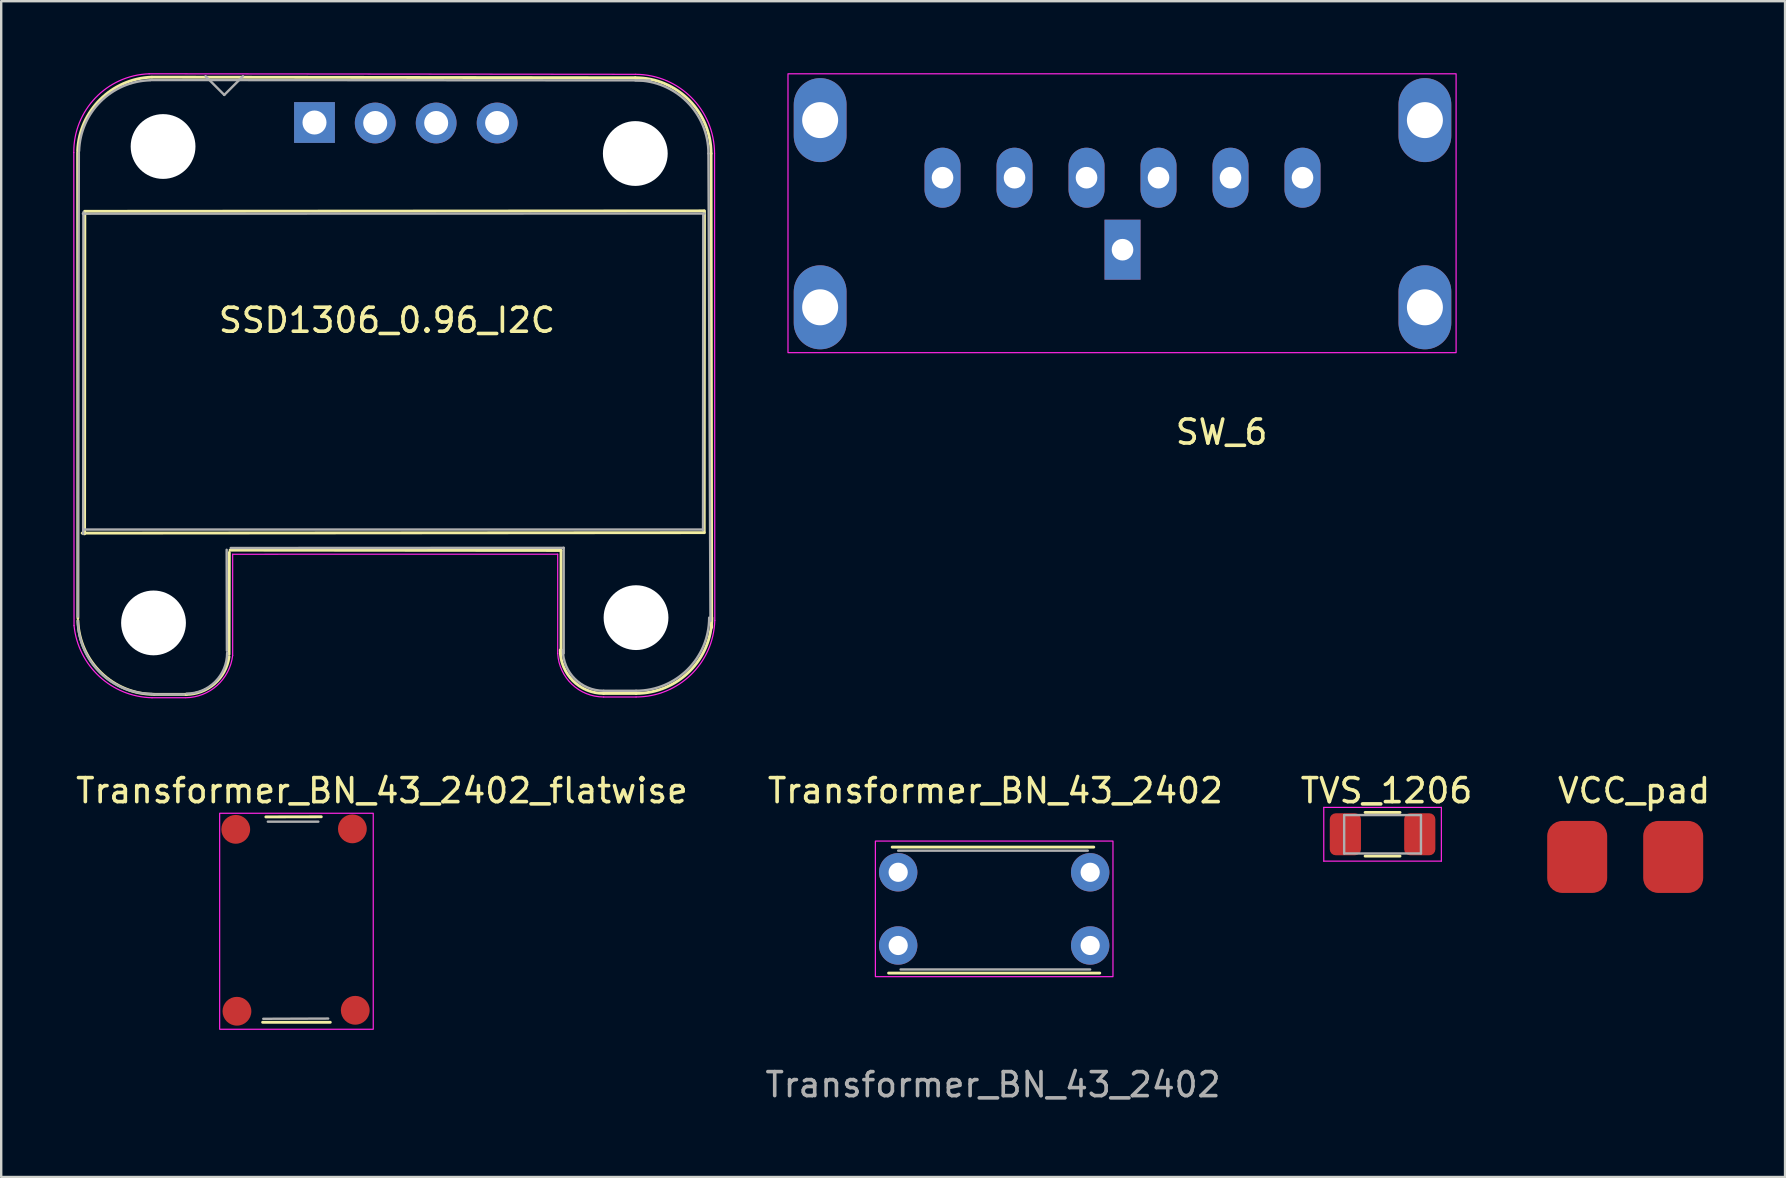
<source format=kicad_pcb>
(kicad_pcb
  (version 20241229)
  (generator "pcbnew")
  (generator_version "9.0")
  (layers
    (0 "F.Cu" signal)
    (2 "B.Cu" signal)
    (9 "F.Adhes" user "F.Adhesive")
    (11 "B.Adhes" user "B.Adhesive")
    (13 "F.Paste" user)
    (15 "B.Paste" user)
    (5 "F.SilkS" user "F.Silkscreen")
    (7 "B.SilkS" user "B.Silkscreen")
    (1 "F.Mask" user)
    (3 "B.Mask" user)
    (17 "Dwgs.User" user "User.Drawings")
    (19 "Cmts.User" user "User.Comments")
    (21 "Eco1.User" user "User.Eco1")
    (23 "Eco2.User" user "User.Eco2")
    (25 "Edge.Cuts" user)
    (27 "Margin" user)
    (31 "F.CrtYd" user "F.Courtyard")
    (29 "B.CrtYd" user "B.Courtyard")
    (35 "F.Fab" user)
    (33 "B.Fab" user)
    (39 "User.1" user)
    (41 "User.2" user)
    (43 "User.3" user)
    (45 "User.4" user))
  (footprint "Transformer_BN_43_2402"
    (layer "F.Cu")
    (at 38.377 34.798)
    (property "Reference" "Transformer_BN_43_2402" (at 0.05 -4.9 0) (unlocked yes) (layer "F.SilkS") (effects (font (size 1 1) (thickness 0.15))))
    (attr through_hole)
    (fp_line (start -4.4 2.7) (end 4.4 2.7) (stroke (width 0.12) (type solid)) (layer "F.SilkS"))
    (fp_line (start 4.15 -2.55) (end -4.25 -2.55) (stroke (width 0.12) (type solid)) (layer "F.SilkS"))
    (fp_rect (start -4.95 -2.8) (end 4.95 2.85) (stroke (width 0.05) (type solid)) (fill no) (layer "F.CrtYd"))
    (fp_line (start -3.9 2.55) (end 4 2.55) (stroke (width 0.1) (type solid)) (layer "F.Fab"))
    (fp_line (start 3.9 -2.4) (end -4 -2.4) (stroke (width 0.1) (type solid)) (layer "F.Fab"))
    (fp_text user "${REFERENCE}" (at -0.05 7.35 0) (unlocked yes) (layer "F.Fab") (effects (font (size 1 1) (thickness 0.15))))
    (pad "1" thru_hole circle (at -4 -1.5) (size 1.6 1.6) (drill 0.8) (layers "*.Cu" "*.Mask"))
    (pad "2" thru_hole circle (at -4 1.55) (size 1.6 1.6) (drill 0.8) (layers "*.Cu" "*.Mask"))
    (pad "3" thru_hole oval (at 4 1.55) (size 1.6 1.6) (drill 0.8) (layers "*.Cu" "*.Mask"))
    (pad "4" thru_hole oval (at 4 -1.5) (size 1.6 1.6) (drill 0.8) (layers "*.Cu" "*.Mask")))
  (footprint "TVS_1206"
    (layer "F.Cu")
    (at 54.471 31.676)
    (property "Reference" "TVS_1206" (at 0.254 -1.778 0) (unlocked yes) (layer "F.SilkS") (effects (font (size 1 1) (thickness 0.15))))
    (attr smd)
    (fp_line (start -0.637 -0.872) (end 0.817 -0.872) (stroke (width 0.12) (type solid)) (layer "F.SilkS"))
    (fp_line (start -0.637 0.948) (end 0.817 0.948) (stroke (width 0.12) (type solid)) (layer "F.SilkS"))
    (fp_line (start -2.36 -1.082) (end 2.54 -1.082) (stroke (width 0.05) (type solid)) (layer "F.CrtYd"))
    (fp_line (start -2.36 1.158) (end -2.36 -1.082) (stroke (width 0.05) (type solid)) (layer "F.CrtYd"))
    (fp_line (start 2.54 -1.082) (end 2.54 1.158) (stroke (width 0.05) (type solid)) (layer "F.CrtYd"))
    (fp_line (start 2.54 1.158) (end -2.36 1.158) (stroke (width 0.05) (type solid)) (layer "F.CrtYd"))
    (fp_line (start -1.51 -0.762) (end 1.69 -0.762) (stroke (width 0.1) (type solid)) (layer "F.Fab"))
    (fp_line (start -1.51 0.838) (end -1.51 -0.762) (stroke (width 0.1) (type solid)) (layer "F.Fab"))
    (fp_line (start 1.69 -0.762) (end 1.69 0.838) (stroke (width 0.1) (type solid)) (layer "F.Fab"))
    (fp_line (start 1.69 0.838) (end -1.51 0.838) (stroke (width 0.1) (type solid)) (layer "F.Fab"))
    (pad "1" smd roundrect (at -1.46 0.038) (size 1.3 1.75) (layers "F.Cu" "F.Mask" "F.Paste") (roundrect_rratio 0.192))
    (pad "2" smd roundrect (at 1.64 0.038) (size 1.3 1.75) (layers "F.Cu" "F.Mask" "F.Paste") (roundrect_rratio 0.192)))
  (footprint "Transformer_BN_43_2402_flatwise"
    (layer "F.Cu")
    (at 9.303 35.338)
    (property "Reference" "Transformer_BN_43_2402_flatwise" (at 3.56 -5.44 0) (unlocked yes) (layer "F.SilkS") (effects (font (size 1 1) (thickness 0.15))))
    (attr through_hole)
    (fp_line (start -1.41 4.21) (end 1.41 4.21) (stroke (width 0.12) (type solid)) (layer "F.SilkS"))
    (fp_line (start 1.035 -4.353) (end -1.275 -4.348) (stroke (width 0.12) (type solid)) (layer "F.SilkS"))
    (fp_rect (start -3.2 -4.5) (end 3.2 4.5) (stroke (width 0.05) (type solid)) (fill no) (layer "F.CrtYd"))
    (fp_line (start -1.383 4.065) (end 1.323 4.055) (stroke (width 0.1) (type solid)) (layer "F.Fab"))
    (fp_line (start 0.912 -4.15) (end -1.192 -4.15) (stroke (width 0.1) (type solid)) (layer "F.Fab"))
    (pad "1" smd circle (at -2.53 -3.83) (size 1.2 1.2) (layers "F.Cu" "F.Mask" "F.Paste"))
    (pad "2" smd circle (at 2.33 -3.85) (size 1.2 1.2) (layers "F.Cu" "F.Mask" "F.Paste"))
    (pad "3" smd circle (at -2.48 3.75) (size 1.2 1.2) (layers "F.Cu" "F.Mask" "F.Paste"))
    (pad "4" smd circle (at 2.45 3.71) (size 1.2 1.2) (layers "F.Cu" "F.Mask" "F.Paste")))
  (footprint "VCC_pad"
    (layer "F.Cu")
    (at 64.671 32.658)
    (property "Reference" "VCC_pad" (at 0.37 -2.76 0) (unlocked yes) (layer "F.SilkS") (effects (font (size 1 1) (thickness 0.15))))
    (attr smd)
    (pad "1" smd roundrect (at -2 0) (size 2.5 3) (layers "F.Cu" "F.Mask" "F.Paste") (roundrect_rratio 0.25))
    (pad "2" smd roundrect (at 2 0) (size 2.5 3) (layers "F.Cu" "F.Mask" "F.Paste") (roundrect_rratio 0.25)))
  (footprint "SW_6"
    (layer "F.Cu")
    (at 43.725 5.855)
    (property "Reference" "SW_6" (at 4.13 9.1 0) (unlocked yes) (layer "F.SilkS") (effects (font (size 1 1) (thickness 0.15))))
    (attr smd)
    (fp_rect (start -13.94 -5.83) (end 13.9 5.79) (stroke (width 0.05) (type solid)) (fill no) (layer "F.CrtYd"))
    (pad "" thru_hole oval (at -12.6 -3.9) (size 2.2 3.5) (drill 1.5) (layers "*.Cu" "*.Mask"))
    (pad "" thru_hole oval (at -12.6 3.9) (size 2.2 3.5) (drill 1.5) (layers "*.Cu" "*.Mask"))
    (pad "" thru_hole oval (at 12.6 -3.9) (size 2.2 3.5) (drill 1.5) (layers "*.Cu" "*.Mask"))
    (pad "" thru_hole oval (at 12.6 3.9) (size 2.2 3.5) (drill 1.5) (layers "*.Cu" "*.Mask"))
    (pad "1" thru_hole oval (at -7.5 -1.5) (size 1.5 2.5) (drill 0.9) (layers "*.Cu" "*.Mask"))
    (pad "2" thru_hole oval (at -4.5 -1.5) (size 1.5 2.5) (drill 0.9) (layers "*.Cu" "*.Mask"))
    (pad "3" thru_hole oval (at -1.5 -1.5) (size 1.5 2.5) (drill 0.9) (layers "*.Cu" "*.Mask"))
    (pad "4" thru_hole oval (at 1.5 -1.5) (size 1.5 2.5) (drill 0.9) (layers "*.Cu" "*.Mask"))
    (pad "5" thru_hole oval (at 4.5 -1.5) (size 1.5 2.5) (drill 0.9) (layers "*.Cu" "*.Mask"))
    (pad "6" thru_hole oval (at 7.5 -1.5) (size 1.5 2.5) (drill 0.9) (layers "*.Cu" "*.Mask"))
    (pad "7" thru_hole rect (at 0 1.5) (size 1.5 2.5) (drill 0.9) (layers "*.Cu" "*.Mask")))
  (footprint "SSD1306_0.96_I2C"
    (layer "F.Cu")
    (at 13.315 12.045)
    (property "Reference" "SSD1306_0.96_I2C" (at -0.24 -1.75 0) (unlocked yes) (layer "F.SilkS") (effects (font (size 1 1) (thickness 0.15))))
    (attr through_hole)
    (fp_line (start -13.13 -8.74) (end -13.12 10.662) (stroke (width 0.12) (type solid)) (layer "F.SilkS"))
    (fp_line (start -12.94 7.12) (end 12.98 7.1) (stroke (width 0.12) (type solid)) (layer "F.SilkS"))
    (fp_line (start -12.84 -6.29) (end 12.97 -6.308) (stroke (width 0.12) (type solid)) (layer "F.SilkS"))
    (fp_line (start -12.83 -6.19) (end -12.84 7.15) (stroke (width 0.12) (type solid)) (layer "F.SilkS"))
    (fp_line (start -8.59 13.838) (end -9.942 13.838) (stroke (width 0.12) (type solid)) (layer "F.SilkS"))
    (fp_line (start -6.81 7.924) (end -6.82 12.17) (stroke (width 0.12) (type solid)) (layer "F.SilkS"))
    (fp_line (start -6.78 7.83) (end 7.014 7.843) (stroke (width 0.12) (type solid)) (layer "F.SilkS"))
    (fp_line (start 7.014 7.843) (end 7.014 12.131) (stroke (width 0.12) (type solid)) (layer "F.SilkS"))
    (fp_line (start 8.788 13.8) (end 10.14 13.8) (stroke (width 0.12) (type solid)) (layer "F.SilkS"))
    (fp_line (start 10.108 -11.856) (end -10.02 -11.88) (stroke (width 0.12) (type solid)) (layer "F.SilkS"))
    (fp_line (start 12.99 -6.308) (end 12.98 7.1) (stroke (width 0.12) (type solid)) (layer "F.SilkS"))
    (fp_line (start 13.266 -8.698) (end 13.29 11.05) (stroke (width 0.12) (type solid)) (layer "F.SilkS"))
    (fp_arc (start -13.13 -8.81) (mid -12.190657 -10.947614) (end -10.05 -11.88) (stroke (width 0.12) (type solid)) (layer "F.SilkS"))
    (fp_arc (start -9.942 13.838) (mid -12.150623 12.94168) (end -13.12 10.76) (stroke (width 0.12) (type solid)) (layer "F.SilkS"))
    (fp_arc (start -6.821863 12.27) (mid -7.428875 13.398041) (end -8.627863 13.840965) (stroke (width 0.12) (type solid)) (layer "F.SilkS"))
    (fp_arc (start 8.786 13.8) (mid 7.508137 13.269035) (end 6.98 11.99) (stroke (width 0.12) (type solid)) (layer "F.SilkS"))
    (fp_arc (start 10.108 -11.856) (mid 12.341043 -10.931043) (end 13.266 -8.698) (stroke (width 0.12) (type solid)) (layer "F.SilkS"))
    (fp_arc (start 13.296 10.642) (mid 12.371043 12.875043) (end 10.138 13.8) (stroke (width 0.12) (type solid)) (layer "F.SilkS"))
    (fp_line (start -13.29 -8.74) (end -13.28 10.975) (stroke (width 0.05) (type solid)) (layer "F.CrtYd"))
    (fp_line (start -8.645 13.98) (end -10.03 13.98) (stroke (width 0.05) (type solid)) (layer "F.CrtYd"))
    (fp_line (start -6.67 8) (end -6.67 12.218) (stroke (width 0.05) (type solid)) (layer "F.CrtYd"))
    (fp_line (start -6.67 8) (end 6.874 7.997) (stroke (width 0.05) (type solid)) (layer "F.CrtYd"))
    (fp_line (start 6.874 7.997) (end 6.874 12.137) (stroke (width 0.05) (type solid)) (layer "F.CrtYd"))
    (fp_line (start 8.79 13.948) (end 10.14 13.948) (stroke (width 0.05) (type solid)) (layer "F.CrtYd"))
    (fp_line (start 10.11 -11.998) (end -10.15 -12.02) (stroke (width 0.05) (type solid)) (layer "F.CrtYd"))
    (fp_line (start 13.41 -8.698) (end 13.42 10.76) (stroke (width 0.05) (type solid)) (layer "F.CrtYd"))
    (fp_arc (start -13.29 -8.74) (mid -12.386944 -11.018477) (end -10.15 -12.02) (stroke (width 0.05) (type solid)) (layer "F.CrtYd"))
    (fp_arc (start -10.03 13.98) (mid -12.223982 13.092871) (end -13.28 10.975) (stroke (width 0.05) (type solid)) (layer "F.CrtYd"))
    (fp_arc (start -6.67 12.218) (mid -7.318509 13.467705) (end -8.63 13.98) (stroke (width 0.05) (type solid)) (layer "F.CrtYd"))
    (fp_arc (start 8.79 13.948) (mid 7.471453 13.423568) (end 6.874082 12.136747) (stroke (width 0.05) (type solid)) (layer "F.CrtYd"))
    (fp_arc (start 10.11 -11.998) (mid 12.443452 -11.031452) (end 13.41 -8.698) (stroke (width 0.05) (type solid)) (layer "F.CrtYd"))
    (fp_arc (start 13.42 10.76) (mid 12.427009 13.019681) (end 10.14 13.948) (stroke (width 0.05) (type solid)) (layer "F.CrtYd"))
    (fp_line (start -13.08 -8.74) (end -13.12 10.601) (stroke (width 0.1) (type solid)) (layer "F.Fab"))
    (fp_line (start -12.91 -6.19) (end 12.99 -6.198) (stroke (width 0.1) (type solid)) (layer "F.Fab"))
    (fp_line (start -12.89 -6.25) (end -12.9 7.158) (stroke (width 0.1) (type solid)) (layer "F.Fab"))
    (fp_line (start -12.88 6.97) (end 12.93 6.97) (stroke (width 0.1) (type solid)) (layer "F.Fab"))
    (fp_line (start -8.694 13.84) (end -10.046 13.84) (stroke (width 0.1) (type solid)) (layer "F.Fab"))
    (fp_line (start -7.8 -11.92) (end -7.02 -11.14) (stroke (width 0.1) (type solid)) (layer "F.Fab"))
    (fp_line (start -7.02 -11.14) (end -6.24 -11.92) (stroke (width 0.1) (type solid)) (layer "F.Fab"))
    (fp_line (start -6.92 7.814) (end -6.91 12.02) (stroke (width 0.1) (type solid)) (layer "F.Fab"))
    (fp_line (start -6.75 7.74) (end 7.124 7.733) (stroke (width 0.1) (type solid)) (layer "F.Fab"))
    (fp_line (start 7.124 7.733) (end 7.124 12.131) (stroke (width 0.1) (type solid)) (layer "F.Fab"))
    (fp_line (start 8.788 13.69) (end 10.14 13.69) (stroke (width 0.1) (type solid)) (layer "F.Fab"))
    (fp_line (start 10.718 -11.746) (end -10.09 -11.76) (stroke (width 0.1) (type solid)) (layer "F.Fab"))
    (fp_line (start 12.94 -6.198) (end 12.93 7) (stroke (width 0.1) (type solid)) (layer "F.Fab"))
    (fp_line (start 13.156 -8.698) (end 13.24 10.78) (stroke (width 0.1) (type solid)) (layer "F.Fab"))
    (fp_arc (start -13.07 -8.8) (mid -12.174883 -10.86465) (end -10.11 -11.75) (stroke (width 0.1) (type solid)) (layer "F.Fab"))
    (fp_arc (start -10.03 13.82) (mid -12.189763 12.934869) (end -13.12 10.79) (stroke (width 0.1) (type solid)) (layer "F.Fab"))
    (fp_arc (start -6.9 12.11) (mid -7.395918 13.311253) (end -8.596 13.81) (stroke (width 0.1) (type solid)) (layer "F.Fab"))
    (fp_arc (start 8.786 13.69) (mid 7.585918 13.191253) (end 7.09 11.99) (stroke (width 0.1) (type solid)) (layer "F.Fab"))
    (fp_arc (start 10.108 -11.746) (mid 12.263261 -10.853261) (end 13.156 -8.698) (stroke (width 0.1) (type solid)) (layer "F.Fab"))
    (fp_arc (start 13.186 10.642) (mid 12.293261 12.797261) (end 10.138 13.69) (stroke (width 0.1) (type solid)) (layer "F.Fab"))
    (pad "" np_thru_hole circle (at -9.968 10.862) (size 2.7 2.7) (drill 2.7) (layers "*.Cu" "*.Mask"))
    (pad "" np_thru_hole circle (at -9.57 -8.99) (size 2.7 2.7) (drill 2.7) (layers "*.Cu" "*.Mask"))
    (pad "" np_thru_hole circle (at 10.108 -8.698) (size 2.7 2.7) (drill 2.7) (layers "*.Cu" "*.Mask"))
    (pad "" np_thru_hole circle (at 10.138 10.642) (size 2.7 2.7) (drill 2.7) (layers "*.Cu" "*.Mask"))
    (pad "1" thru_hole rect (at -3.26 -9.99) (size 1.7 1.7) (drill 1) (layers "*.Cu" "*.Mask"))
    (pad "2" thru_hole circle (at -0.73 -9.97) (size 1.7 1.7) (drill 1) (layers "*.Cu" "*.Mask"))
    (pad "3" thru_hole circle (at 1.81 -9.97) (size 1.7 1.7) (drill 1) (layers "*.Cu" "*.Mask"))
    (pad "4" thru_hole circle (at 4.35 -9.97) (size 1.7 1.7) (drill 1) (layers "*.Cu" "*.Mask")))
  (gr_rect
    (start -3 -3)
    (end 71.333 45.996)
    (stroke (width 0.1) (type default))
    (fill no)
    (layer "Edge.Cuts")))
</source>
